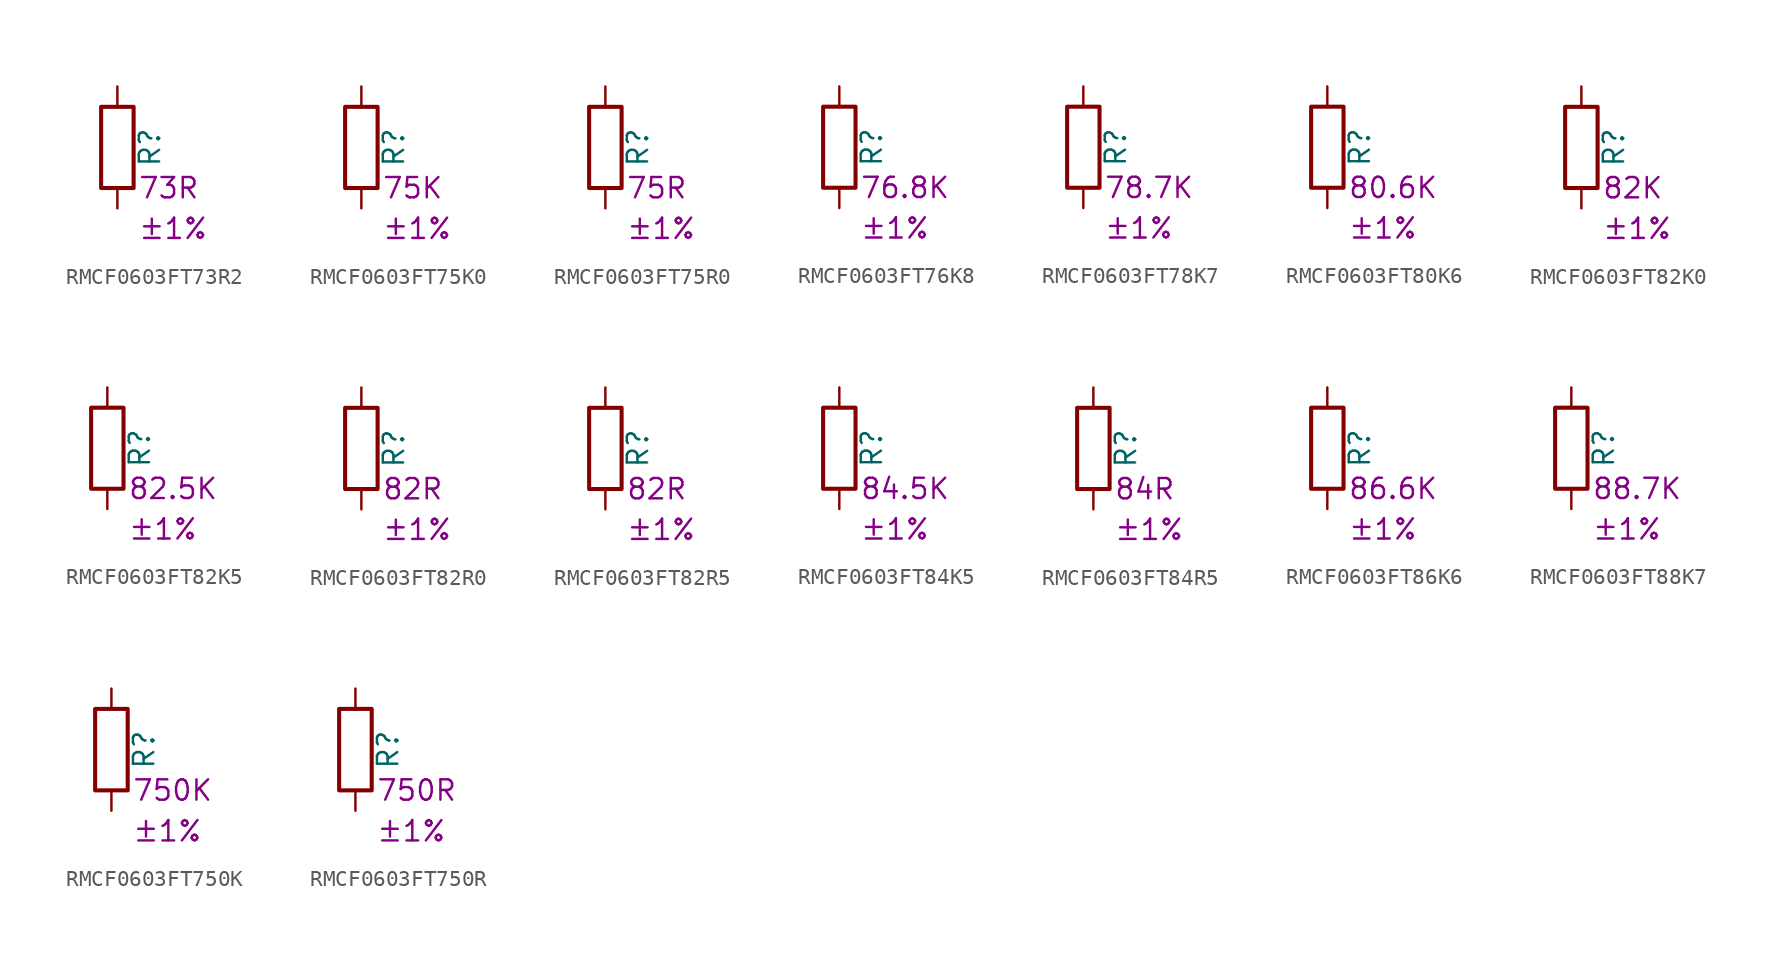
<source format=kicad_sym>
(kicad_symbol_lib
  (version 20220914)
  (generator kicad_symbol_editor)
  (symbol "RMCF0603FT73R2"
    (pin_numbers hide)
    (pin_names
      (offset 0))
    (property "Reference" "R"
      (at 2.032 0 90)
      (effects (font (size 1.27 1.27))))
    (property "Resistance" "73R"
      (at 1.27 -2.54 0)
      (effects (font (size 1.27 1.27)) (justify left)))
    (property "Tolerance" "±1%"
      (at 1.27 -5.08 0)
      (effects (font (size 1.27 1.27)) (justify left)))
    (symbol "RMCF0603FT73R2_0_1"
      (rectangle (start -1.016 -2.54) (end 1.016 2.54) (stroke (width 0.254) (type default)) (fill (type none))))
    (symbol "RMCF0603FT73R2_1_1"
      (pin passive line (at 0 3.81 270) (length 1.27) (name "~" (effects (font (size 1.27 1.27)))) (number "1" (effects (font (size 1.27 1.27)))))
      (pin passive line (at 0 -3.81 90) (length 1.27) (name "~" (effects (font (size 1.27 1.27)))) (number "2" (effects (font (size 1.27 1.27)))))))
  (symbol "RMCF0603FT75K0"
    (pin_numbers hide)
    (pin_names
      (offset 0))
    (property "Reference" "R"
      (at 2.032 0 90)
      (effects (font (size 1.27 1.27))))
    (property "Resistance" "75K"
      (at 1.27 -2.54 0)
      (effects (font (size 1.27 1.27)) (justify left)))
    (property "Tolerance" "±1%"
      (at 1.27 -5.08 0)
      (effects (font (size 1.27 1.27)) (justify left)))
    (symbol "RMCF0603FT75K0_0_1"
      (rectangle (start -1.016 -2.54) (end 1.016 2.54) (stroke (width 0.254) (type default)) (fill (type none))))
    (symbol "RMCF0603FT75K0_1_1"
      (pin passive line (at 0 3.81 270) (length 1.27) (name "~" (effects (font (size 1.27 1.27)))) (number "1" (effects (font (size 1.27 1.27)))))
      (pin passive line (at 0 -3.81 90) (length 1.27) (name "~" (effects (font (size 1.27 1.27)))) (number "2" (effects (font (size 1.27 1.27)))))))
  (symbol "RMCF0603FT75R0"
    (pin_numbers hide)
    (pin_names
      (offset 0))
    (property "Reference" "R"
      (at 2.032 0 90)
      (effects (font (size 1.27 1.27))))
    (property "Resistance" "75R"
      (at 1.27 -2.54 0)
      (effects (font (size 1.27 1.27)) (justify left)))
    (property "Tolerance" "±1%"
      (at 1.27 -5.08 0)
      (effects (font (size 1.27 1.27)) (justify left)))
    (symbol "RMCF0603FT75R0_0_1"
      (rectangle (start -1.016 -2.54) (end 1.016 2.54) (stroke (width 0.254) (type default)) (fill (type none))))
    (symbol "RMCF0603FT75R0_1_1"
      (pin passive line (at 0 3.81 270) (length 1.27) (name "~" (effects (font (size 1.27 1.27)))) (number "1" (effects (font (size 1.27 1.27)))))
      (pin passive line (at 0 -3.81 90) (length 1.27) (name "~" (effects (font (size 1.27 1.27)))) (number "2" (effects (font (size 1.27 1.27)))))))
  (symbol "RMCF0603FT76K8"
    (pin_numbers hide)
    (pin_names
      (offset 0))
    (property "Reference" "R"
      (at 2.032 0 90)
      (effects (font (size 1.27 1.27))))
    (property "Resistance" "76.8K"
      (at 1.27 -2.54 0)
      (effects (font (size 1.27 1.27)) (justify left)))
    (property "Tolerance" "±1%"
      (at 1.27 -5.08 0)
      (effects (font (size 1.27 1.27)) (justify left)))
    (symbol "RMCF0603FT76K8_0_1"
      (rectangle (start -1.016 -2.54) (end 1.016 2.54) (stroke (width 0.254) (type default)) (fill (type none))))
    (symbol "RMCF0603FT76K8_1_1"
      (pin passive line (at 0 3.81 270) (length 1.27) (name "~" (effects (font (size 1.27 1.27)))) (number "1" (effects (font (size 1.27 1.27)))))
      (pin passive line (at 0 -3.81 90) (length 1.27) (name "~" (effects (font (size 1.27 1.27)))) (number "2" (effects (font (size 1.27 1.27)))))))
  (symbol "RMCF0603FT78K7"
    (pin_numbers hide)
    (pin_names
      (offset 0))
    (property "Reference" "R"
      (at 2.032 0 90)
      (effects (font (size 1.27 1.27))))
    (property "Resistance" "78.7K"
      (at 1.27 -2.54 0)
      (effects (font (size 1.27 1.27)) (justify left)))
    (property "Tolerance" "±1%"
      (at 1.27 -5.08 0)
      (effects (font (size 1.27 1.27)) (justify left)))
    (symbol "RMCF0603FT78K7_0_1"
      (rectangle (start -1.016 -2.54) (end 1.016 2.54) (stroke (width 0.254) (type default)) (fill (type none))))
    (symbol "RMCF0603FT78K7_1_1"
      (pin passive line (at 0 3.81 270) (length 1.27) (name "~" (effects (font (size 1.27 1.27)))) (number "1" (effects (font (size 1.27 1.27)))))
      (pin passive line (at 0 -3.81 90) (length 1.27) (name "~" (effects (font (size 1.27 1.27)))) (number "2" (effects (font (size 1.27 1.27)))))))
  (symbol "RMCF0603FT80K6"
    (pin_numbers hide)
    (pin_names
      (offset 0))
    (property "Reference" "R"
      (at 2.032 0 90)
      (effects (font (size 1.27 1.27))))
    (property "Resistance" "80.6K"
      (at 1.27 -2.54 0)
      (effects (font (size 1.27 1.27)) (justify left)))
    (property "Tolerance" "±1%"
      (at 1.27 -5.08 0)
      (effects (font (size 1.27 1.27)) (justify left)))
    (symbol "RMCF0603FT80K6_0_1"
      (rectangle (start -1.016 -2.54) (end 1.016 2.54) (stroke (width 0.254) (type default)) (fill (type none))))
    (symbol "RMCF0603FT80K6_1_1"
      (pin passive line (at 0 3.81 270) (length 1.27) (name "~" (effects (font (size 1.27 1.27)))) (number "1" (effects (font (size 1.27 1.27)))))
      (pin passive line (at 0 -3.81 90) (length 1.27) (name "~" (effects (font (size 1.27 1.27)))) (number "2" (effects (font (size 1.27 1.27)))))))
  (symbol "RMCF0603FT82K0"
    (pin_numbers hide)
    (pin_names
      (offset 0))
    (property "Reference" "R"
      (at 2.032 0 90)
      (effects (font (size 1.27 1.27))))
    (property "Resistance" "82K"
      (at 1.27 -2.54 0)
      (effects (font (size 1.27 1.27)) (justify left)))
    (property "Tolerance" "±1%"
      (at 1.27 -5.08 0)
      (effects (font (size 1.27 1.27)) (justify left)))
    (symbol "RMCF0603FT82K0_0_1"
      (rectangle (start -1.016 -2.54) (end 1.016 2.54) (stroke (width 0.254) (type default)) (fill (type none))))
    (symbol "RMCF0603FT82K0_1_1"
      (pin passive line (at 0 3.81 270) (length 1.27) (name "~" (effects (font (size 1.27 1.27)))) (number "1" (effects (font (size 1.27 1.27)))))
      (pin passive line (at 0 -3.81 90) (length 1.27) (name "~" (effects (font (size 1.27 1.27)))) (number "2" (effects (font (size 1.27 1.27)))))))
  (symbol "RMCF0603FT82K5"
    (pin_numbers hide)
    (pin_names
      (offset 0))
    (property "Reference" "R"
      (at 2.032 0 90)
      (effects (font (size 1.27 1.27))))
    (property "Resistance" "82.5K"
      (at 1.27 -2.54 0)
      (effects (font (size 1.27 1.27)) (justify left)))
    (property "Tolerance" "±1%"
      (at 1.27 -5.08 0)
      (effects (font (size 1.27 1.27)) (justify left)))
    (symbol "RMCF0603FT82K5_0_1"
      (rectangle (start -1.016 -2.54) (end 1.016 2.54) (stroke (width 0.254) (type default)) (fill (type none))))
    (symbol "RMCF0603FT82K5_1_1"
      (pin passive line (at 0 3.81 270) (length 1.27) (name "~" (effects (font (size 1.27 1.27)))) (number "1" (effects (font (size 1.27 1.27)))))
      (pin passive line (at 0 -3.81 90) (length 1.27) (name "~" (effects (font (size 1.27 1.27)))) (number "2" (effects (font (size 1.27 1.27)))))))
  (symbol "RMCF0603FT82R0"
    (pin_numbers hide)
    (pin_names
      (offset 0))
    (property "Reference" "R"
      (at 2.032 0 90)
      (effects (font (size 1.27 1.27))))
    (property "Resistance" "82R"
      (at 1.27 -2.54 0)
      (effects (font (size 1.27 1.27)) (justify left)))
    (property "Tolerance" "±1%"
      (at 1.27 -5.08 0)
      (effects (font (size 1.27 1.27)) (justify left)))
    (symbol "RMCF0603FT82R0_0_1"
      (rectangle (start -1.016 -2.54) (end 1.016 2.54) (stroke (width 0.254) (type default)) (fill (type none))))
    (symbol "RMCF0603FT82R0_1_1"
      (pin passive line (at 0 3.81 270) (length 1.27) (name "~" (effects (font (size 1.27 1.27)))) (number "1" (effects (font (size 1.27 1.27)))))
      (pin passive line (at 0 -3.81 90) (length 1.27) (name "~" (effects (font (size 1.27 1.27)))) (number "2" (effects (font (size 1.27 1.27)))))))
  (symbol "RMCF0603FT82R5"
    (pin_numbers hide)
    (pin_names
      (offset 0))
    (property "Reference" "R"
      (at 2.032 0 90)
      (effects (font (size 1.27 1.27))))
    (property "Resistance" "82R"
      (at 1.27 -2.54 0)
      (effects (font (size 1.27 1.27)) (justify left)))
    (property "Tolerance" "±1%"
      (at 1.27 -5.08 0)
      (effects (font (size 1.27 1.27)) (justify left)))
    (symbol "RMCF0603FT82R5_0_1"
      (rectangle (start -1.016 -2.54) (end 1.016 2.54) (stroke (width 0.254) (type default)) (fill (type none))))
    (symbol "RMCF0603FT82R5_1_1"
      (pin passive line (at 0 3.81 270) (length 1.27) (name "~" (effects (font (size 1.27 1.27)))) (number "1" (effects (font (size 1.27 1.27)))))
      (pin passive line (at 0 -3.81 90) (length 1.27) (name "~" (effects (font (size 1.27 1.27)))) (number "2" (effects (font (size 1.27 1.27)))))))
  (symbol "RMCF0603FT84K5"
    (pin_numbers hide)
    (pin_names
      (offset 0))
    (property "Reference" "R"
      (at 2.032 0 90)
      (effects (font (size 1.27 1.27))))
    (property "Resistance" "84.5K"
      (at 1.27 -2.54 0)
      (effects (font (size 1.27 1.27)) (justify left)))
    (property "Tolerance" "±1%"
      (at 1.27 -5.08 0)
      (effects (font (size 1.27 1.27)) (justify left)))
    (symbol "RMCF0603FT84K5_0_1"
      (rectangle (start -1.016 -2.54) (end 1.016 2.54) (stroke (width 0.254) (type default)) (fill (type none))))
    (symbol "RMCF0603FT84K5_1_1"
      (pin passive line (at 0 3.81 270) (length 1.27) (name "~" (effects (font (size 1.27 1.27)))) (number "1" (effects (font (size 1.27 1.27)))))
      (pin passive line (at 0 -3.81 90) (length 1.27) (name "~" (effects (font (size 1.27 1.27)))) (number "2" (effects (font (size 1.27 1.27)))))))
  (symbol "RMCF0603FT84R5"
    (pin_numbers hide)
    (pin_names
      (offset 0))
    (property "Reference" "R"
      (at 2.032 0 90)
      (effects (font (size 1.27 1.27))))
    (property "Resistance" "84R"
      (at 1.27 -2.54 0)
      (effects (font (size 1.27 1.27)) (justify left)))
    (property "Tolerance" "±1%"
      (at 1.27 -5.08 0)
      (effects (font (size 1.27 1.27)) (justify left)))
    (symbol "RMCF0603FT84R5_0_1"
      (rectangle (start -1.016 -2.54) (end 1.016 2.54) (stroke (width 0.254) (type default)) (fill (type none))))
    (symbol "RMCF0603FT84R5_1_1"
      (pin passive line (at 0 3.81 270) (length 1.27) (name "~" (effects (font (size 1.27 1.27)))) (number "1" (effects (font (size 1.27 1.27)))))
      (pin passive line (at 0 -3.81 90) (length 1.27) (name "~" (effects (font (size 1.27 1.27)))) (number "2" (effects (font (size 1.27 1.27)))))))
  (symbol "RMCF0603FT86K6"
    (pin_numbers hide)
    (pin_names
      (offset 0))
    (property "Reference" "R"
      (at 2.032 0 90)
      (effects (font (size 1.27 1.27))))
    (property "Resistance" "86.6K"
      (at 1.27 -2.54 0)
      (effects (font (size 1.27 1.27)) (justify left)))
    (property "Tolerance" "±1%"
      (at 1.27 -5.08 0)
      (effects (font (size 1.27 1.27)) (justify left)))
    (symbol "RMCF0603FT86K6_0_1"
      (rectangle (start -1.016 -2.54) (end 1.016 2.54) (stroke (width 0.254) (type default)) (fill (type none))))
    (symbol "RMCF0603FT86K6_1_1"
      (pin passive line (at 0 3.81 270) (length 1.27) (name "~" (effects (font (size 1.27 1.27)))) (number "1" (effects (font (size 1.27 1.27)))))
      (pin passive line (at 0 -3.81 90) (length 1.27) (name "~" (effects (font (size 1.27 1.27)))) (number "2" (effects (font (size 1.27 1.27)))))))
  (symbol "RMCF0603FT88K7"
    (pin_numbers hide)
    (pin_names
      (offset 0))
    (property "Reference" "R"
      (at 2.032 0 90)
      (effects (font (size 1.27 1.27))))
    (property "Resistance" "88.7K"
      (at 1.27 -2.54 0)
      (effects (font (size 1.27 1.27)) (justify left)))
    (property "Tolerance" "±1%"
      (at 1.27 -5.08 0)
      (effects (font (size 1.27 1.27)) (justify left)))
    (symbol "RMCF0603FT88K7_0_1"
      (rectangle (start -1.016 -2.54) (end 1.016 2.54) (stroke (width 0.254) (type default)) (fill (type none))))
    (symbol "RMCF0603FT88K7_1_1"
      (pin passive line (at 0 3.81 270) (length 1.27) (name "~" (effects (font (size 1.27 1.27)))) (number "1" (effects (font (size 1.27 1.27)))))
      (pin passive line (at 0 -3.81 90) (length 1.27) (name "~" (effects (font (size 1.27 1.27)))) (number "2" (effects (font (size 1.27 1.27)))))))
  (symbol "RMCF0603FT750K"
    (pin_numbers hide)
    (pin_names
      (offset 0))
    (property "Reference" "R"
      (at 2.032 0 90)
      (effects (font (size 1.27 1.27))))
    (property "Resistance" "750K"
      (at 1.27 -2.54 0)
      (effects (font (size 1.27 1.27)) (justify left)))
    (property "Tolerance" "±1%"
      (at 1.27 -5.08 0)
      (effects (font (size 1.27 1.27)) (justify left)))
    (symbol "RMCF0603FT750K_0_1"
      (rectangle (start -1.016 -2.54) (end 1.016 2.54) (stroke (width 0.254) (type default)) (fill (type none))))
    (symbol "RMCF0603FT750K_1_1"
      (pin passive line (at 0 3.81 270) (length 1.27) (name "~" (effects (font (size 1.27 1.27)))) (number "1" (effects (font (size 1.27 1.27)))))
      (pin passive line (at 0 -3.81 90) (length 1.27) (name "~" (effects (font (size 1.27 1.27)))) (number "2" (effects (font (size 1.27 1.27)))))))
  (symbol "RMCF0603FT750R"
    (pin_numbers hide)
    (pin_names
      (offset 0))
    (property "Reference" "R"
      (at 2.032 0 90)
      (effects (font (size 1.27 1.27))))
    (property "Resistance" "750R"
      (at 1.27 -2.54 0)
      (effects (font (size 1.27 1.27)) (justify left)))
    (property "Tolerance" "±1%"
      (at 1.27 -5.08 0)
      (effects (font (size 1.27 1.27)) (justify left)))
    (symbol "RMCF0603FT750R_0_1"
      (rectangle (start -1.016 -2.54) (end 1.016 2.54) (stroke (width 0.254) (type default)) (fill (type none))))
    (symbol "RMCF0603FT750R_1_1"
      (pin passive line (at 0 3.81 270) (length 1.27) (name "~" (effects (font (size 1.27 1.27)))) (number "1" (effects (font (size 1.27 1.27)))))
      (pin passive line (at 0 -3.81 90) (length 1.27) (name "~" (effects (font (size 1.27 1.27)))) (number "2" (effects (font (size 1.27 1.27))))))))
</source>
